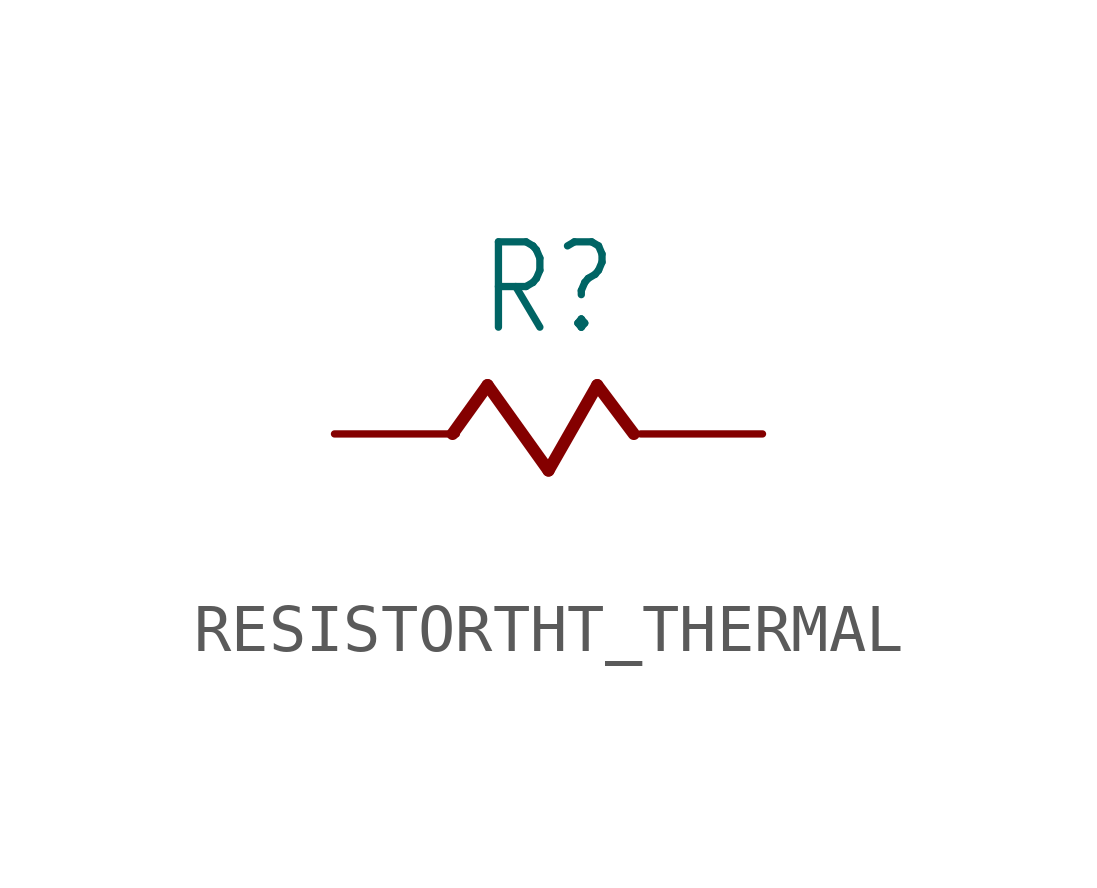
<source format=kicad_sym>
(kicad_symbol_lib
  (version 20241209)
  (generator "kicad_symbol_editor")
  (generator_version "9.0")
  (symbol "RESISTORTHT_THERMAL"
    (property "Reference" "R"
      (at 0 2 0)
      (effects (font (size 1.778 1.511)) (justify bottom)))
    (property "Value" ""
      (at 0 -2 0)
      (effects (font (size 1.778 1.511)) (justify top)))
    (property "ki_locked" ""
      (at 0 0 0)
      (effects (font (size 1.27 1.27))))
    (symbol "RESISTORTHT_THERMAL_1_0"
      (polyline (pts (xy -2 0) (xy -1.27 1.016)) (stroke (width 0.254) (type solid)) (fill (type none)))
      (polyline (pts (xy -1.27 1.016) (xy 0 -0.762)) (stroke (width 0.254) (type solid)) (fill (type none)))
      (polyline (pts (xy 0 -0.762) (xy 1.016 1.016)) (stroke (width 0.254) (type solid)) (fill (type none)))
      (polyline (pts (xy 1.016 1.016) (xy 1.778 0)) (stroke (width 0.254) (type solid)) (fill (type none)))
      (pin bidirectional line (at -4.46 0 0) (length 2.54) (name "1" (effects (font (size 0 0)))) (number "P$1" (effects (font (size 0 0)))))
      (pin bidirectional line (at 4.46 0 180) (length 2.54) (name "2" (effects (font (size 0 0)))) (number "P$2" (effects (font (size 0 0))))))))
</source>
